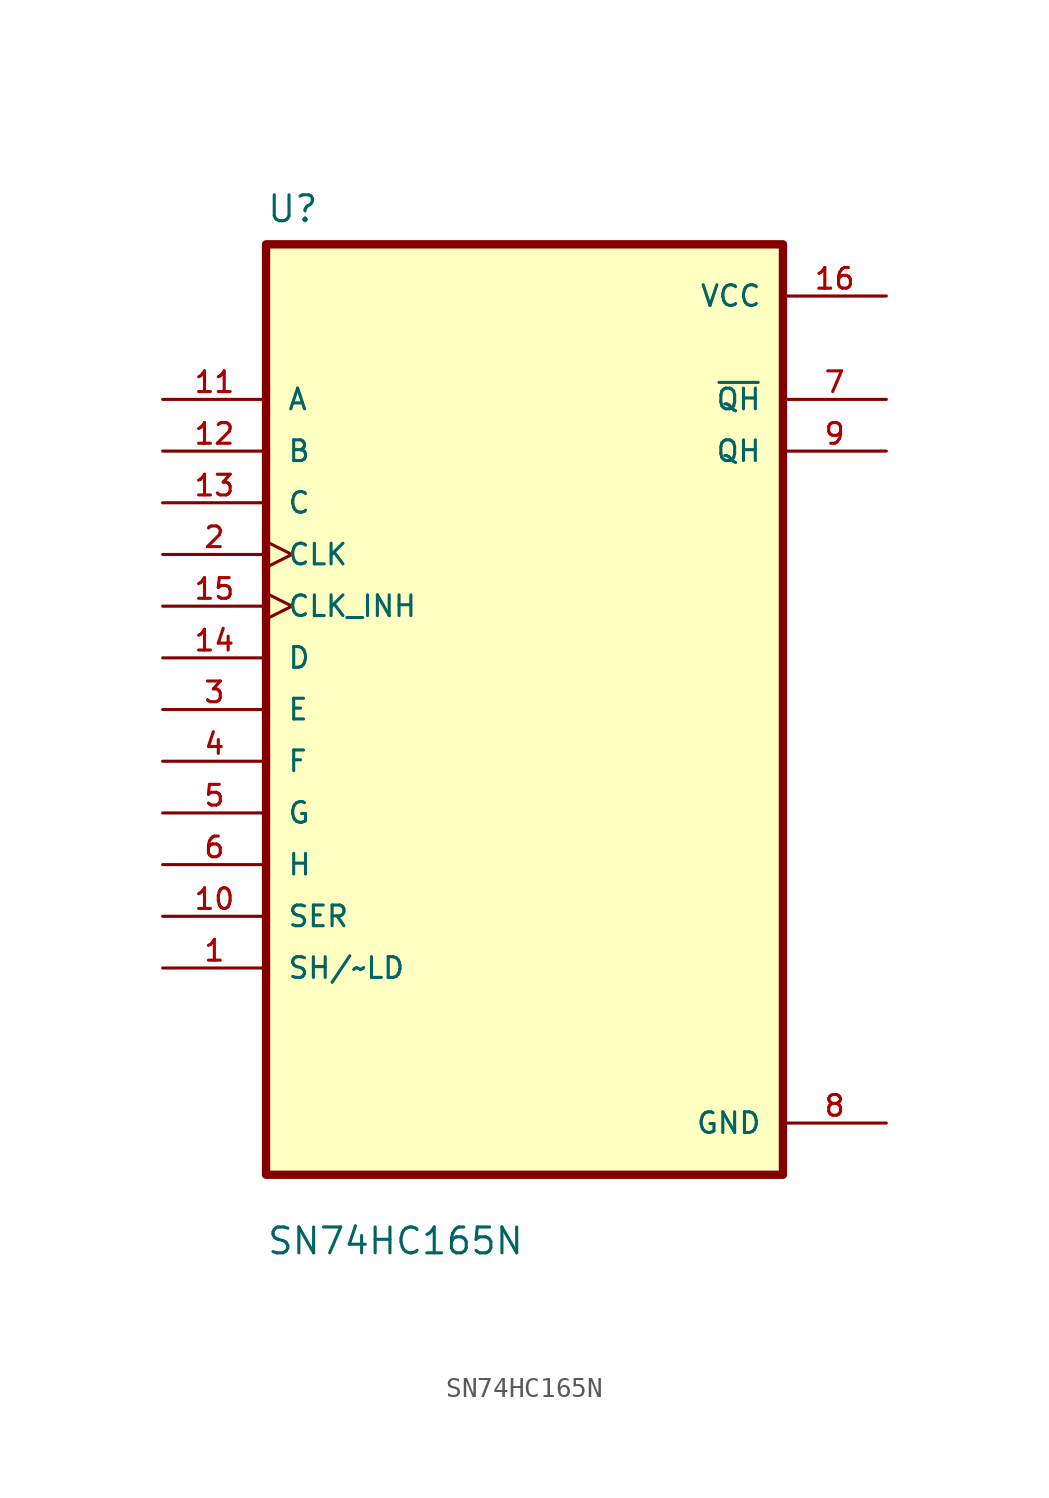
<source format=kicad_sym>
(kicad_symbol_lib
  (version 20211014)
  (generator kicad_symbol_editor)
  (symbol "SN74HC165N"
    (pin_names
      (offset 1.016))
    (property "Reference" "U"
      (at -12.7 23.86 0.0)
      (effects (font (size 1.27 1.27)) (justify bottom left)))
    (property "Value" "SN74HC165N"
      (at -12.7 -26.86 0.0)
      (effects (font (size 1.27 1.27)) (justify bottom left)))
    (symbol "SN74HC165N_0_0"
      (rectangle (start -12.7 -22.86) (end 12.7 22.86) (stroke (width 0.41)) (fill (type background)))
      (pin input line (at -17.78 15.24 0) (length 5.08) (name "A" (effects (font (size 1.016 1.016)))) (number "11" (effects (font (size 1.016 1.016)))))
      (pin input line (at -17.78 12.7 0) (length 5.08) (name "B" (effects (font (size 1.016 1.016)))) (number "12" (effects (font (size 1.016 1.016)))))
      (pin input line (at -17.78 10.16 0) (length 5.08) (name "C" (effects (font (size 1.016 1.016)))) (number "13" (effects (font (size 1.016 1.016)))))
      (pin input clock (at -17.78 7.62 0) (length 5.08) (name "CLK" (effects (font (size 1.016 1.016)))) (number "2" (effects (font (size 1.016 1.016)))))
      (pin input clock (at -17.78 5.08 0) (length 5.08) (name "CLK_INH" (effects (font (size 1.016 1.016)))) (number "15" (effects (font (size 1.016 1.016)))))
      (pin input line (at -17.78 2.54 0) (length 5.08) (name "D" (effects (font (size 1.016 1.016)))) (number "14" (effects (font (size 1.016 1.016)))))
      (pin input line (at -17.78 3.55271e-15 0) (length 5.08) (name "E" (effects (font (size 1.016 1.016)))) (number "3" (effects (font (size 1.016 1.016)))))
      (pin input line (at -17.78 -2.54 0) (length 5.08) (name "F" (effects (font (size 1.016 1.016)))) (number "4" (effects (font (size 1.016 1.016)))))
      (pin input line (at -17.78 -5.08 0) (length 5.08) (name "G" (effects (font (size 1.016 1.016)))) (number "5" (effects (font (size 1.016 1.016)))))
      (pin input line (at -17.78 -7.62 0) (length 5.08) (name "H" (effects (font (size 1.016 1.016)))) (number "6" (effects (font (size 1.016 1.016)))))
      (pin input line (at -17.78 -10.16 0) (length 5.08) (name "SER" (effects (font (size 1.016 1.016)))) (number "10" (effects (font (size 1.016 1.016)))))
      (pin input line (at -17.78 -12.7 0) (length 5.08) (name "SH/~LD" (effects (font (size 1.016 1.016)))) (number "1" (effects (font (size 1.016 1.016)))))
      (pin power_in line (at 17.78 20.32 180.0) (length 5.08) (name "VCC" (effects (font (size 1.016 1.016)))) (number "16" (effects (font (size 1.016 1.016)))))
      (pin output line (at 17.78 15.24 180.0) (length 5.08) (name "~{QH}" (effects (font (size 1.016 1.016)))) (number "7" (effects (font (size 1.016 1.016)))))
      (pin output line (at 17.78 12.7 180.0) (length 5.08) (name "QH" (effects (font (size 1.016 1.016)))) (number "9" (effects (font (size 1.016 1.016)))))
      (pin power_in line (at 17.78 -20.32 180.0) (length 5.08) (name "GND" (effects (font (size 1.016 1.016)))) (number "8" (effects (font (size 1.016 1.016))))))))
</source>
